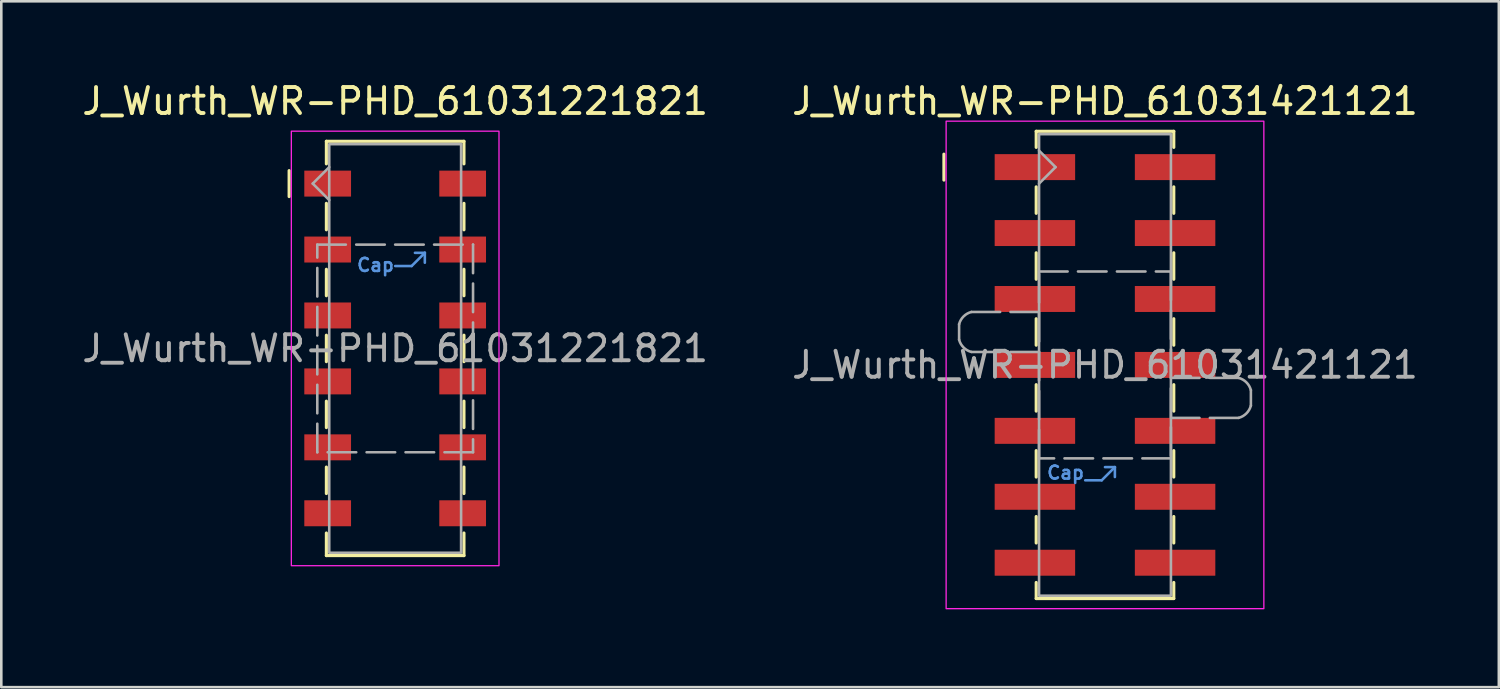
<source format=kicad_pcb>
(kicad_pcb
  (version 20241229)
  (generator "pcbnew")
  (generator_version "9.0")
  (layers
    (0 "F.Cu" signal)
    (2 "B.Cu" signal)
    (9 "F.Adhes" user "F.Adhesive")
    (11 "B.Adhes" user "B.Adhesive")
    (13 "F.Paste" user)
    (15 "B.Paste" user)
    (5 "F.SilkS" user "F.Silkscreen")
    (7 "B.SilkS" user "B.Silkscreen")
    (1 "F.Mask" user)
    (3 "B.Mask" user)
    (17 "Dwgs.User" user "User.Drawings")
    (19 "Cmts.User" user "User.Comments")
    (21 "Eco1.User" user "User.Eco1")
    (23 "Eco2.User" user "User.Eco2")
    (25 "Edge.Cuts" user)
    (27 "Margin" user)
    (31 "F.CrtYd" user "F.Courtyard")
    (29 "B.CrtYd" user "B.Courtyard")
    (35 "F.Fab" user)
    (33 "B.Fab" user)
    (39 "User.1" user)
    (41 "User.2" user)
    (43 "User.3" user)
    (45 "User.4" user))
  (footprint "J_Wurth_WR-PHD_61031421121"
    (layer "F.Cu")
    (at 39.518 11.008)
    (property "Reference" "J_Wurth_WR-PHD_61031421121" (at 0 -10.16 0) (unlocked yes) (layer "F.SilkS") (effects (font (size 1 1) (thickness 0.15))))
    (attr smd)
    (fp_line (start -6.205 -8.12) (end -6.205 -7.12) (stroke (width 0.12) (type solid)) (layer "F.SilkS"))
    (fp_line (start -2.65 -8.38) (end -2.65 -9) (stroke (width 0.12) (type solid)) (layer "F.SilkS"))
    (fp_line (start -2.65 -6.86) (end -2.65 -5.84) (stroke (width 0.12) (type solid)) (layer "F.SilkS"))
    (fp_line (start -2.65 -4.32) (end -2.65 -3.3) (stroke (width 0.12) (type solid)) (layer "F.SilkS"))
    (fp_line (start -2.65 -1.78) (end -2.65 -0.76) (stroke (width 0.12) (type solid)) (layer "F.SilkS"))
    (fp_line (start -2.65 0.76) (end -2.65 1.78) (stroke (width 0.12) (type solid)) (layer "F.SilkS"))
    (fp_line (start -2.65 3.3) (end -2.65 4.32) (stroke (width 0.12) (type solid)) (layer "F.SilkS"))
    (fp_line (start -2.65 5.84) (end -2.65 6.86) (stroke (width 0.12) (type solid)) (layer "F.SilkS"))
    (fp_line (start -2.65 8.38) (end -2.65 9) (stroke (width 0.12) (type solid)) (layer "F.SilkS"))
    (fp_line (start 2.65 -9) (end -2.65 -9) (stroke (width 0.12) (type solid)) (layer "F.SilkS"))
    (fp_line (start 2.65 -9) (end 2.65 -8.38) (stroke (width 0.12) (type solid)) (layer "F.SilkS"))
    (fp_line (start 2.65 -6.86) (end 2.65 -5.84) (stroke (width 0.12) (type solid)) (layer "F.SilkS"))
    (fp_line (start 2.65 -4.32) (end 2.65 -3.3) (stroke (width 0.12) (type solid)) (layer "F.SilkS"))
    (fp_line (start 2.65 -1.78) (end 2.65 -0.76) (stroke (width 0.12) (type solid)) (layer "F.SilkS"))
    (fp_line (start 2.65 0.76) (end 2.65 1.78) (stroke (width 0.12) (type solid)) (layer "F.SilkS"))
    (fp_line (start 2.65 3.3) (end 2.65 4.32) (stroke (width 0.12) (type solid)) (layer "F.SilkS"))
    (fp_line (start 2.65 5.84) (end 2.65 6.86) (stroke (width 0.12) (type solid)) (layer "F.SilkS"))
    (fp_line (start 2.65 8.38) (end 2.65 9) (stroke (width 0.12) (type solid)) (layer "F.SilkS"))
    (fp_line (start 2.65 9) (end -2.65 9) (stroke (width 0.12) (type solid)) (layer "F.SilkS"))
    (fp_line (start -0.762 4.445) (end -0.127 4.445) (stroke (width 0.1) (type default)) (layer "Cmts.User"))
    (fp_line (start -0.127 4.445) (end 0.381 3.937) (stroke (width 0.1) (type default)) (layer "Cmts.User"))
    (fp_line (start 0.381 3.937) (end 0 3.937) (stroke (width 0.1) (type default)) (layer "Cmts.User"))
    (fp_line (start 0.381 3.937) (end 0.381 4.318) (stroke (width 0.1) (type default)) (layer "Cmts.User"))
    (fp_rect (start -6.12 -9.39) (end 6.12 9.39) (stroke (width 0.05) (type solid)) (fill no) (layer "F.CrtYd"))
    (fp_line (start -5.62 -0.97) (end -5.62 -1.57) (stroke (width 0.1) (type solid)) (layer "F.Fab"))
    (fp_line (start -2.54 -8.255) (end -1.905 -7.62) (stroke (width 0.1) (type default)) (layer "F.Fab"))
    (fp_line (start -2.54 -2.04) (end -5.15 -2.04) (stroke (width 0.1) (type dash)) (layer "F.Fab"))
    (fp_line (start -2.54 -0.5) (end -5.15 -0.5) (stroke (width 0.1) (type dash)) (layer "F.Fab"))
    (fp_line (start -1.905 -7.62) (end -2.54 -6.985) (stroke (width 0.1) (type default)) (layer "F.Fab"))
    (fp_line (start 2.54 0.5) (end 5.15 0.5) (stroke (width 0.1) (type dash)) (layer "F.Fab"))
    (fp_line (start 2.54 2.04) (end 5.15 2.04) (stroke (width 0.1) (type dash)) (layer "F.Fab"))
    (fp_line (start 5.62 0.97) (end 5.62 1.57) (stroke (width 0.1) (type solid)) (layer "F.Fab"))
    (fp_rect (start -2.54 -8.89) (end 2.54 8.89) (stroke (width 0.1) (type solid)) (fill no) (layer "F.Fab"))
    (fp_rect (start -2.54 -3.6) (end 2.54 3.6) (stroke (width 0.1) (type dash)) (fill no) (layer "F.Fab"))
    (fp_arc (start -5.62 -1.57) (mid -5.447968 -1.867968) (end -5.15 -2.040001) (stroke (width 0.1) (type default)) (layer "F.Fab"))
    (fp_arc (start -5.15 -0.5) (mid -5.447968 -0.672032) (end -5.620001 -0.97) (stroke (width 0.1) (type default)) (layer "F.Fab"))
    (fp_arc (start 5.15 0.5) (mid 5.447968 0.672032) (end 5.620001 0.97) (stroke (width 0.1) (type default)) (layer "F.Fab"))
    (fp_arc (start 5.62 1.57) (mid 5.447968 1.867968) (end 5.15 2.040001) (stroke (width 0.1) (type default)) (layer "F.Fab"))
    (fp_text user "Cap" (at -2.286 4.445 0) (unlocked yes) (layer "Cmts.User") (effects (font (size 0.5 0.5) (thickness 0.1) (bold yes)) (justify left bottom)))
    (fp_text user "${REFERENCE}" (at 0 0 0) (unlocked yes) (layer "F.Fab") (effects (font (size 1 1) (thickness 0.15))))
    (pad "1" smd rect (at -2.7 -7.62 270) (size 1 3.1) (layers "F.Cu" "F.Mask" "F.Paste"))
    (pad "2" smd rect (at 2.7 -7.62 270) (size 1 3.1) (layers "F.Cu" "F.Mask" "F.Paste"))
    (pad "3" smd rect (at -2.7 -5.08 270) (size 1 3.1) (layers "F.Cu" "F.Mask" "F.Paste"))
    (pad "4" smd rect (at 2.7 -5.08 270) (size 1 3.1) (layers "F.Cu" "F.Mask" "F.Paste"))
    (pad "5" smd rect (at -2.7 -2.54 270) (size 1 3.1) (layers "F.Cu" "F.Mask" "F.Paste"))
    (pad "6" smd rect (at 2.7 -2.54 270) (size 1 3.1) (layers "F.Cu" "F.Mask" "F.Paste"))
    (pad "7" smd rect (at -2.7 0 270) (size 1 3.1) (layers "F.Cu" "F.Mask" "F.Paste"))
    (pad "8" smd rect (at 2.7 0 270) (size 1 3.1) (layers "F.Cu" "F.Mask" "F.Paste"))
    (pad "9" smd rect (at -2.7 2.54 270) (size 1 3.1) (layers "F.Cu" "F.Mask" "F.Paste"))
    (pad "10" smd rect (at 2.7 2.54 270) (size 1 3.1) (layers "F.Cu" "F.Mask" "F.Paste"))
    (pad "11" smd rect (at -2.7 5.08 270) (size 1 3.1) (layers "F.Cu" "F.Mask" "F.Paste"))
    (pad "12" smd rect (at 2.7 5.08 270) (size 1 3.1) (layers "F.Cu" "F.Mask" "F.Paste"))
    (pad "13" smd rect (at -2.7 7.62 270) (size 1 3.1) (layers "F.Cu" "F.Mask" "F.Paste"))
    (pad "14" smd rect (at 2.7 7.62 270) (size 1 3.1) (layers "F.Cu" "F.Mask" "F.Paste")))
  (footprint "J_Wurth_WR-PHD_61031221821"
    (layer "F.Cu")
    (at 12.173 10.373)
    (property "Reference" "J_Wurth_WR-PHD_61031221821" (at 0 -9.525 0) (unlocked yes) (layer "F.SilkS") (effects (font (size 1 1) (thickness 0.15))))
    (attr smd)
    (fp_line (start -4.085 -6.85) (end -4.085 -5.85) (stroke (width 0.12) (type solid)) (layer "F.SilkS"))
    (fp_line (start -2.65 -7.98) (end -2.65 -7.11) (stroke (width 0.12) (type solid)) (layer "F.SilkS"))
    (fp_line (start -2.65 -7.98) (end 2.65 -7.98) (stroke (width 0.12) (type solid)) (layer "F.SilkS"))
    (fp_line (start -2.65 -5.59) (end -2.65 -4.57) (stroke (width 0.12) (type solid)) (layer "F.SilkS"))
    (fp_line (start -2.65 -3.05) (end -2.65 -2.03) (stroke (width 0.12) (type solid)) (layer "F.SilkS"))
    (fp_line (start -2.65 -0.51) (end -2.65 0.51) (stroke (width 0.12) (type solid)) (layer "F.SilkS"))
    (fp_line (start -2.65 2.03) (end -2.65 3.05) (stroke (width 0.12) (type solid)) (layer "F.SilkS"))
    (fp_line (start -2.65 4.57) (end -2.65 5.59) (stroke (width 0.12) (type solid)) (layer "F.SilkS"))
    (fp_line (start -2.65 7.11) (end -2.65 7.98) (stroke (width 0.12) (type solid)) (layer "F.SilkS"))
    (fp_line (start -2.65 7.98) (end 2.65 7.98) (stroke (width 0.12) (type solid)) (layer "F.SilkS"))
    (fp_line (start 2.65 -7.98) (end 2.65 -7.11) (stroke (width 0.12) (type solid)) (layer "F.SilkS"))
    (fp_line (start 2.65 -5.59) (end 2.65 -4.57) (stroke (width 0.12) (type solid)) (layer "F.SilkS"))
    (fp_line (start 2.65 -3.05) (end 2.65 -2.03) (stroke (width 0.12) (type solid)) (layer "F.SilkS"))
    (fp_line (start 2.65 -0.51) (end 2.65 0.51) (stroke (width 0.12) (type solid)) (layer "F.SilkS"))
    (fp_line (start 2.65 2.03) (end 2.65 3.05) (stroke (width 0.12) (type solid)) (layer "F.SilkS"))
    (fp_line (start 2.65 4.57) (end 2.65 5.59) (stroke (width 0.12) (type solid)) (layer "F.SilkS"))
    (fp_line (start 2.65 7.11) (end 2.65 7.98) (stroke (width 0.12) (type solid)) (layer "F.SilkS"))
    (fp_line (start 0 -3.175) (end 0.635 -3.175) (stroke (width 0.1) (type default)) (layer "Cmts.User"))
    (fp_line (start 0.635 -3.175) (end 1.143 -3.683) (stroke (width 0.1) (type default)) (layer "Cmts.User"))
    (fp_line (start 1.143 -3.683) (end 0.762 -3.683) (stroke (width 0.1) (type default)) (layer "Cmts.User"))
    (fp_line (start 1.143 -3.683) (end 1.143 -3.302) (stroke (width 0.1) (type default)) (layer "Cmts.User"))
    (fp_rect (start -4 -8.37) (end 4 8.37) (stroke (width 0.05) (type solid)) (fill no) (layer "F.CrtYd"))
    (fp_line (start -3.175 -6.35) (end -2.54 -5.715) (stroke (width 0.1) (type default)) (layer "F.Fab"))
    (fp_line (start -2.54 -6.985) (end -3.175 -6.35) (stroke (width 0.1) (type default)) (layer "F.Fab"))
    (fp_rect (start -3 -4) (end 3 4) (stroke (width 0.1) (type dash)) (fill no) (layer "F.Fab"))
    (fp_rect (start -2.54 -7.87) (end 2.54 7.87) (stroke (width 0.1) (type solid)) (fill no) (layer "F.Fab"))
    (fp_text user "Cap" (at -1.524 -2.921 0) (unlocked yes) (layer "Cmts.User") (effects (font (size 0.5 0.5) (thickness 0.1) (bold yes)) (justify left bottom)))
    (fp_text user "${REFERENCE}" (at 0 0 0) (unlocked yes) (layer "F.Fab") (effects (font (size 1 1) (thickness 0.15))))
    (pad "1" smd rect (at -2.6 -6.35 270) (size 1 1.8) (layers "F.Cu" "F.Mask" "F.Paste"))
    (pad "2" smd rect (at 2.6 -6.35 270) (size 1 1.8) (layers "F.Cu" "F.Mask" "F.Paste"))
    (pad "3" smd rect (at -2.6 -3.81 270) (size 1 1.8) (layers "F.Cu" "F.Mask" "F.Paste"))
    (pad "4" smd rect (at 2.6 -3.81 270) (size 1 1.8) (layers "F.Cu" "F.Mask" "F.Paste"))
    (pad "5" smd rect (at -2.6 -1.27 270) (size 1 1.8) (layers "F.Cu" "F.Mask" "F.Paste"))
    (pad "6" smd rect (at 2.6 -1.27 270) (size 1 1.8) (layers "F.Cu" "F.Mask" "F.Paste"))
    (pad "7" smd rect (at -2.6 1.27 270) (size 1 1.8) (layers "F.Cu" "F.Mask" "F.Paste"))
    (pad "8" smd rect (at 2.6 1.27 270) (size 1 1.8) (layers "F.Cu" "F.Mask" "F.Paste"))
    (pad "9" smd rect (at -2.6 3.81 270) (size 1 1.8) (layers "F.Cu" "F.Mask" "F.Paste"))
    (pad "10" smd rect (at 2.6 3.81 270) (size 1 1.8) (layers "F.Cu" "F.Mask" "F.Paste"))
    (pad "11" smd rect (at -2.6 6.35 270) (size 1 1.8) (layers "F.Cu" "F.Mask" "F.Paste"))
    (pad "12" smd rect (at 2.6 6.35 270) (size 1 1.8) (layers "F.Cu" "F.Mask" "F.Paste")))
  (gr_rect
    (start -3 -3)
    (end 54.69 23.423)
    (stroke (width 0.1) (type default))
    (fill no)
    (layer "Edge.Cuts")))
</source>
